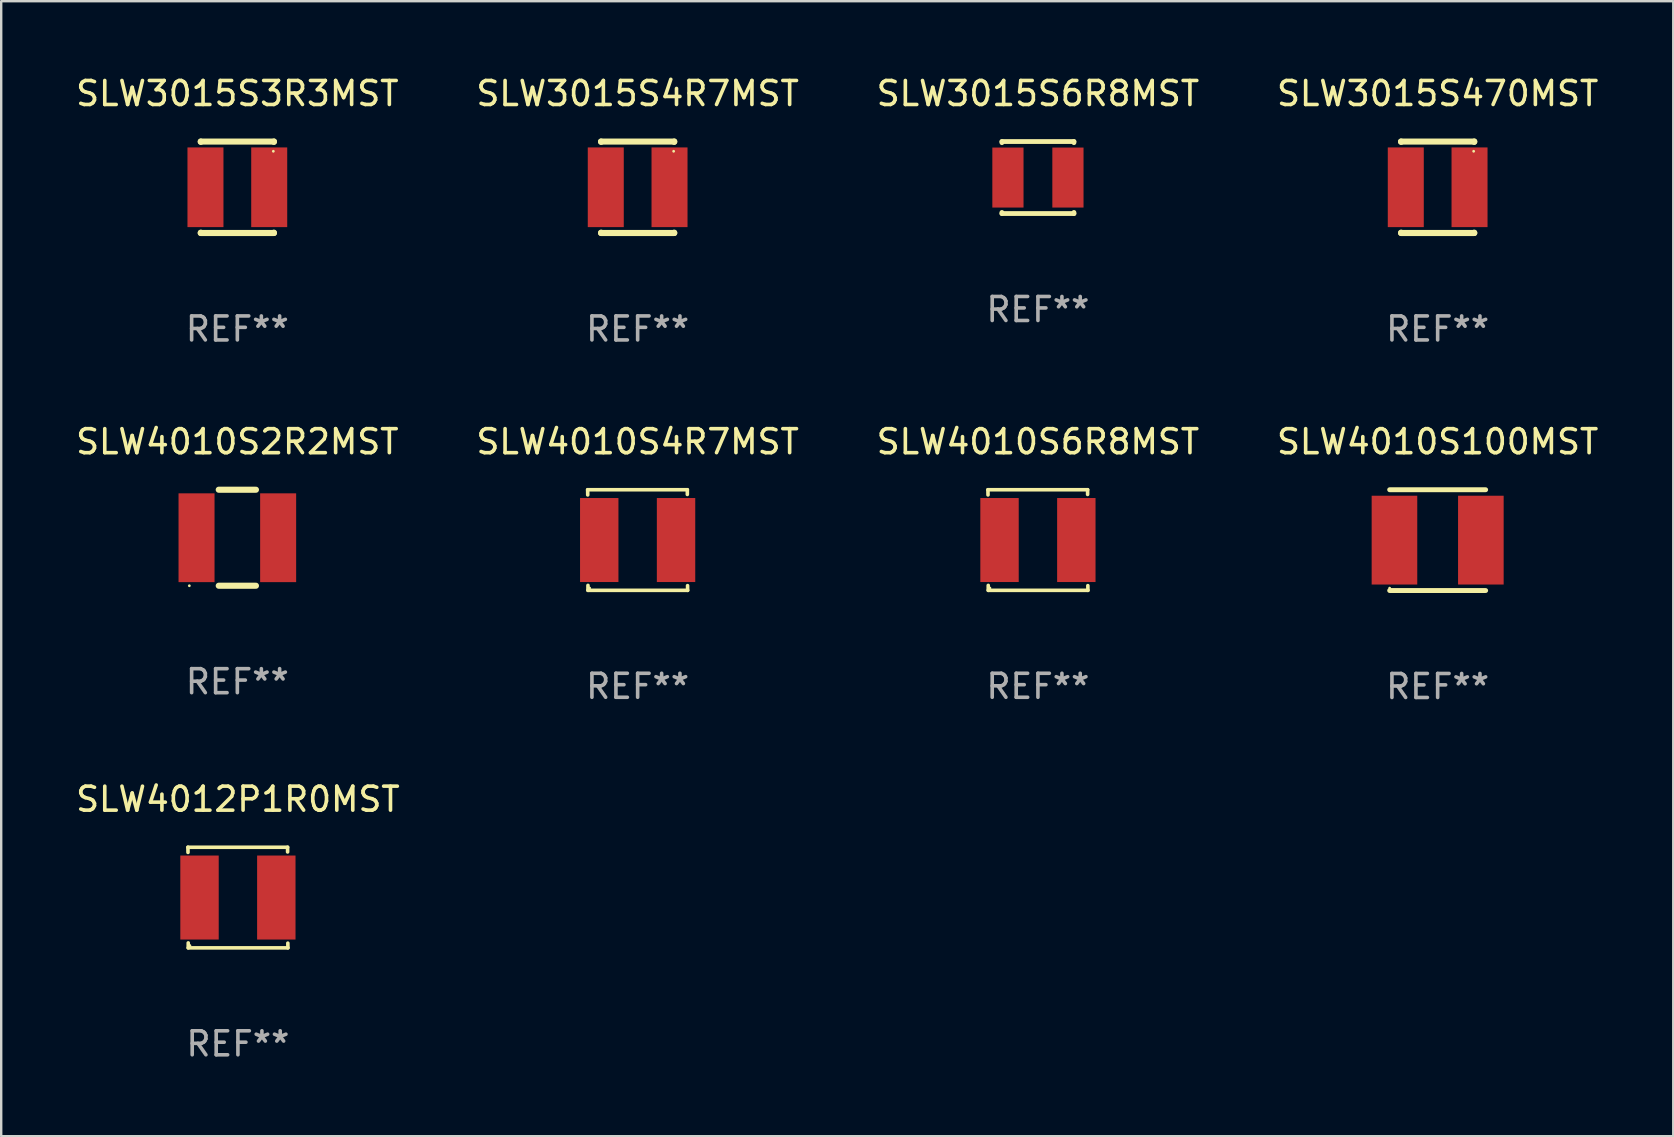
<source format=kicad_pcb>
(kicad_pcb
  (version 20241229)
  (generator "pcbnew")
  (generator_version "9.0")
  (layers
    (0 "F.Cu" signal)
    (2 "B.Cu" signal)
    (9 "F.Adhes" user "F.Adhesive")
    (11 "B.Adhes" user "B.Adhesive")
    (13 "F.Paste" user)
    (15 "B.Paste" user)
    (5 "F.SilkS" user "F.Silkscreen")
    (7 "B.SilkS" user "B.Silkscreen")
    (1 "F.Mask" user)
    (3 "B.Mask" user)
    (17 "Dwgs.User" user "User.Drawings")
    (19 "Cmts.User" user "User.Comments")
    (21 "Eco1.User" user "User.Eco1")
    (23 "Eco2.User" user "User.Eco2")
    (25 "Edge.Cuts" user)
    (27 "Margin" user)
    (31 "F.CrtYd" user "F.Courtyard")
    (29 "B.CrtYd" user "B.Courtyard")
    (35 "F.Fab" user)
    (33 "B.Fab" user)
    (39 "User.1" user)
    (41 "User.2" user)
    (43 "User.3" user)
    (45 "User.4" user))
  (footprint "SLW4012P1R0MST"
    (layer "F.Cu")
    (at 6.863 34.347)
    (property "Reference" "SLW4012P1R0MST" (at 0 -4.096 0) (layer "F.SilkS") (effects (font (size 1 1) (thickness 0.15))))
    (attr through_hole)
    (fp_line (start -2.083 -2.096) (end -2.08 -1.88) (stroke (width 0.15) (type solid)) (layer "F.SilkS"))
    (fp_line (start -2.07 1.89) (end -2.07 2.096) (stroke (width 0.15) (type solid)) (layer "F.SilkS"))
    (fp_line (start -2.07 2.096) (end 2.083 2.096) (stroke (width 0.15) (type solid)) (layer "F.SilkS"))
    (fp_line (start 2.07 -1.9) (end 2.07 -2.096) (stroke (width 0.15) (type solid)) (layer "F.SilkS"))
    (fp_line (start 2.07 -2.096) (end -2.083 -2.096) (stroke (width 0.15) (type solid)) (layer "F.SilkS"))
    (fp_line (start 2.083 2.096) (end 2.08 1.9) (stroke (width 0.15) (type solid)) (layer "F.SilkS"))
    (fp_circle (center -2 2) (end -1.97 2) (stroke (width 0.06) (type solid)) (fill no) (layer "F.SilkS"))
    (fp_text user "REF**" (at 0 6.096 0) (layer "F.Fab") (effects (font (size 1 1) (thickness 0.15))))
    (pad "1" smd rect (at -1.6 -0.000343) (size 1.6 3.5) (layers "F.Cu" "F.Mask" "F.Paste"))
    (pad "2" smd rect (at 1.6 -0.000343) (size 1.6 3.5) (layers "F.Cu" "F.Mask" "F.Paste")))
  (footprint "SLW4010S6R8MST"
    (layer "F.Cu")
    (at 40.196 19.451)
    (property "Reference" "SLW4010S6R8MST" (at 0 -4.096 0) (layer "F.SilkS") (effects (font (size 1 1) (thickness 0.15))))
    (attr through_hole)
    (fp_line (start -2.083 -2.096) (end -2.08 -1.88) (stroke (width 0.15) (type solid)) (layer "F.SilkS"))
    (fp_line (start -2.07 1.89) (end -2.07 2.096) (stroke (width 0.15) (type solid)) (layer "F.SilkS"))
    (fp_line (start -2.07 2.096) (end 2.083 2.096) (stroke (width 0.15) (type solid)) (layer "F.SilkS"))
    (fp_line (start 2.07 -1.9) (end 2.07 -2.096) (stroke (width 0.15) (type solid)) (layer "F.SilkS"))
    (fp_line (start 2.07 -2.096) (end -2.083 -2.096) (stroke (width 0.15) (type solid)) (layer "F.SilkS"))
    (fp_line (start 2.083 2.096) (end 2.08 1.9) (stroke (width 0.15) (type solid)) (layer "F.SilkS"))
    (fp_circle (center -2 2) (end -1.97 2) (stroke (width 0.06) (type solid)) (fill no) (layer "F.SilkS"))
    (fp_text user "REF**" (at 0 6.096 0) (layer "F.Fab") (effects (font (size 1 1) (thickness 0.15))))
    (pad "1" smd rect (at -1.6 -0.000343) (size 1.6 3.5) (layers "F.Cu" "F.Mask" "F.Paste"))
    (pad "2" smd rect (at 1.6 -0.000343) (size 1.6 3.5) (layers "F.Cu" "F.Mask" "F.Paste")))
  (footprint "SLW3015S3R3MST"
    (layer "F.Cu")
    (at 6.839 4.753)
    (property "Reference" "SLW3015S3R3MST" (at 0 -3.905 0) (layer "F.SilkS") (effects (font (size 1 1) (thickness 0.15))))
    (attr through_hole)
    (fp_line (start -1.524 -1.905) (end 1.524 -1.905) (stroke (width 0.254) (type solid)) (layer "F.SilkS"))
    (fp_line (start -1.524 -1.891) (end -1.524 -1.905) (stroke (width 0.254) (type solid)) (layer "F.SilkS"))
    (fp_line (start -1.524 1.905) (end -1.524 1.891) (stroke (width 0.254) (type solid)) (layer "F.SilkS"))
    (fp_line (start -1.524 1.905) (end 1.524 1.905) (stroke (width 0.254) (type solid)) (layer "F.SilkS"))
    (fp_line (start 1.524 -1.905) (end 1.524 -1.891) (stroke (width 0.254) (type solid)) (layer "F.SilkS"))
    (fp_line (start 1.524 1.891) (end 1.524 1.905) (stroke (width 0.254) (type solid)) (layer "F.SilkS"))
    (fp_circle (center 1.5 -1.5) (end 1.53 -1.5) (stroke (width 0.06) (type solid)) (fill no) (layer "F.SilkS"))
    (fp_text user "REF**" (at 0 5.905 0) (layer "F.Fab") (effects (font (size 1 1) (thickness 0.15))))
    (pad "1" smd rect (at 1.328 0) (size 1.5 3.32) (layers "F.Cu" "F.Mask" "F.Paste"))
    (pad "2" smd rect (at -1.328 0) (size 1.5 3.32) (layers "F.Cu" "F.Mask" "F.Paste")))
  (footprint "SLW4010S2R2MST"
    (layer "F.Cu")
    (at 6.839 19.355)
    (property "Reference" "SLW4010S2R2MST" (at 0 -4 0) (layer "F.SilkS") (effects (font (size 1 1) (thickness 0.15))))
    (attr through_hole)
    (fp_line (start -0.775 2) (end 0.775 2) (stroke (width 0.254) (type solid)) (layer "F.SilkS"))
    (fp_line (start -0.775 -2) (end 0.775 -2) (stroke (width 0.254) (type solid)) (layer "F.SilkS"))
    (fp_circle (center -2 2) (end -1.97 2) (stroke (width 0.06) (type solid)) (fill no) (layer "F.SilkS"))
    (fp_text user "REF**" (at 0 6 0) (layer "F.Fab") (effects (font (size 1 1) (thickness 0.15))))
    (pad "1" smd rect (at -1.7 0 270) (size 3.7 1.5) (layers "F.Cu" "F.Mask" "F.Paste"))
    (pad "2" smd rect (at 1.7 0 270) (size 3.7 1.5) (layers "F.Cu" "F.Mask" "F.Paste")))
  (footprint "SLW4010S100MST"
    (layer "F.Cu")
    (at 56.851 19.455)
    (property "Reference" "SLW4010S100MST" (at 0 -4.1 0) (layer "F.SilkS") (effects (font (size 1 1) (thickness 0.15))))
    (attr through_hole)
    (fp_line (start -2 -2.1) (end 2 -2.1) (stroke (width 0.203) (type solid)) (layer "F.SilkS"))
    (fp_line (start -2 2.1) (end 2 2.1) (stroke (width 0.203) (type solid)) (layer "F.SilkS"))
    (fp_circle (center -2 2) (end -1.97 2) (stroke (width 0.06) (type solid)) (fill no) (layer "F.SilkS"))
    (fp_text user "REF**" (at 0 6.1 0) (layer "F.Fab") (effects (font (size 1 1) (thickness 0.15))))
    (pad "1" smd rect (at -1.8 0 90) (size 3.7 1.9) (layers "F.Cu" "F.Mask" "F.Paste"))
    (pad "2" smd rect (at 1.8 0 90) (size 3.7 1.9) (layers "F.Cu" "F.Mask" "F.Paste")))
  (footprint "SLW3015S470MST"
    (layer "F.Cu")
    (at 56.851 4.753)
    (property "Reference" "SLW3015S470MST" (at 0 -3.905 0) (layer "F.SilkS") (effects (font (size 1 1) (thickness 0.15))))
    (attr through_hole)
    (fp_line (start -1.524 -1.905) (end 1.524 -1.905) (stroke (width 0.254) (type solid)) (layer "F.SilkS"))
    (fp_line (start -1.524 -1.891) (end -1.524 -1.905) (stroke (width 0.254) (type solid)) (layer "F.SilkS"))
    (fp_line (start -1.524 1.905) (end -1.524 1.891) (stroke (width 0.254) (type solid)) (layer "F.SilkS"))
    (fp_line (start -1.524 1.905) (end 1.524 1.905) (stroke (width 0.254) (type solid)) (layer "F.SilkS"))
    (fp_line (start 1.524 -1.905) (end 1.524 -1.891) (stroke (width 0.254) (type solid)) (layer "F.SilkS"))
    (fp_line (start 1.524 1.891) (end 1.524 1.905) (stroke (width 0.254) (type solid)) (layer "F.SilkS"))
    (fp_circle (center 1.5 -1.5) (end 1.53 -1.5) (stroke (width 0.06) (type solid)) (fill no) (layer "F.SilkS"))
    (fp_text user "REF**" (at 0 5.905 0) (layer "F.Fab") (effects (font (size 1 1) (thickness 0.15))))
    (pad "1" smd rect (at 1.328 0) (size 1.5 3.32) (layers "F.Cu" "F.Mask" "F.Paste"))
    (pad "2" smd rect (at -1.328 0) (size 1.5 3.32) (layers "F.Cu" "F.Mask" "F.Paste")))
  (footprint "SLW3015S4R7MST"
    (layer "F.Cu")
    (at 23.518 4.753)
    (property "Reference" "SLW3015S4R7MST" (at 0 -3.905 0) (layer "F.SilkS") (effects (font (size 1 1) (thickness 0.15))))
    (attr through_hole)
    (fp_line (start -1.524 -1.905) (end 1.524 -1.905) (stroke (width 0.254) (type solid)) (layer "F.SilkS"))
    (fp_line (start -1.524 -1.891) (end -1.524 -1.905) (stroke (width 0.254) (type solid)) (layer "F.SilkS"))
    (fp_line (start -1.524 1.905) (end -1.524 1.891) (stroke (width 0.254) (type solid)) (layer "F.SilkS"))
    (fp_line (start -1.524 1.905) (end 1.524 1.905) (stroke (width 0.254) (type solid)) (layer "F.SilkS"))
    (fp_line (start 1.524 -1.905) (end 1.524 -1.891) (stroke (width 0.254) (type solid)) (layer "F.SilkS"))
    (fp_line (start 1.524 1.891) (end 1.524 1.905) (stroke (width 0.254) (type solid)) (layer "F.SilkS"))
    (fp_circle (center 1.5 -1.5) (end 1.53 -1.5) (stroke (width 0.06) (type solid)) (fill no) (layer "F.SilkS"))
    (fp_text user "REF**" (at 0 5.905 0) (layer "F.Fab") (effects (font (size 1 1) (thickness 0.15))))
    (pad "1" smd rect (at 1.328 0) (size 1.5 3.32) (layers "F.Cu" "F.Mask" "F.Paste"))
    (pad "2" smd rect (at -1.328 0) (size 1.5 3.32) (layers "F.Cu" "F.Mask" "F.Paste")))
  (footprint "SLW3015S6R8MST"
    (layer "F.Cu")
    (at 40.196 4.348)
    (property "Reference" "SLW3015S6R8MST" (at 0 -3.5 0) (layer "F.SilkS") (effects (font (size 1 1) (thickness 0.15))))
    (attr through_hole)
    (fp_line (start -1.5 -1.5) (end -1.5 -1.454) (stroke (width 0.2) (type solid)) (layer "F.SilkS"))
    (fp_line (start -1.5 -1.5) (end 1.5 -1.5) (stroke (width 0.2) (type solid)) (layer "F.SilkS"))
    (fp_line (start -1.5 1.454) (end -1.5 1.5) (stroke (width 0.2) (type solid)) (layer "F.SilkS"))
    (fp_line (start -1.5 1.5) (end 1.5 1.5) (stroke (width 0.2) (type solid)) (layer "F.SilkS"))
    (fp_line (start 1.5 -1.454) (end 1.5 -1.5) (stroke (width 0.2) (type solid)) (layer "F.SilkS"))
    (fp_line (start 1.5 1.5) (end 1.5 1.454) (stroke (width 0.2) (type solid)) (layer "F.SilkS"))
    (fp_circle (center -1.5 1.5) (end -1.47 1.5) (stroke (width 0.06) (type solid)) (fill no) (layer "F.SilkS"))
    (fp_text user "REF**" (at 0 5.5 0) (layer "F.Fab") (effects (font (size 1 1) (thickness 0.15))))
    (pad "1" smd rect (at -1.25 0) (size 1.3 2.5) (layers "F.Cu" "F.Mask" "F.Paste"))
    (pad "2" smd rect (at 1.25 0) (size 1.3 2.5) (layers "F.Cu" "F.Mask" "F.Paste")))
  (footprint "SLW4010S4R7MST"
    (layer "F.Cu")
    (at 23.518 19.451)
    (property "Reference" "SLW4010S4R7MST" (at 0 -4.096 0) (layer "F.SilkS") (effects (font (size 1 1) (thickness 0.15))))
    (attr through_hole)
    (fp_line (start -2.083 -2.096) (end -2.08 -1.88) (stroke (width 0.15) (type solid)) (layer "F.SilkS"))
    (fp_line (start -2.07 1.89) (end -2.07 2.096) (stroke (width 0.15) (type solid)) (layer "F.SilkS"))
    (fp_line (start -2.07 2.096) (end 2.083 2.096) (stroke (width 0.15) (type solid)) (layer "F.SilkS"))
    (fp_line (start 2.07 -1.9) (end 2.07 -2.096) (stroke (width 0.15) (type solid)) (layer "F.SilkS"))
    (fp_line (start 2.07 -2.096) (end -2.083 -2.096) (stroke (width 0.15) (type solid)) (layer "F.SilkS"))
    (fp_line (start 2.083 2.096) (end 2.08 1.9) (stroke (width 0.15) (type solid)) (layer "F.SilkS"))
    (fp_circle (center -2 2) (end -1.97 2) (stroke (width 0.06) (type solid)) (fill no) (layer "F.SilkS"))
    (fp_text user "REF**" (at 0 6.096 0) (layer "F.Fab") (effects (font (size 1 1) (thickness 0.15))))
    (pad "1" smd rect (at -1.6 -0.000343) (size 1.6 3.5) (layers "F.Cu" "F.Mask" "F.Paste"))
    (pad "2" smd rect (at 1.6 -0.000343) (size 1.6 3.5) (layers "F.Cu" "F.Mask" "F.Paste")))
  (gr_rect
    (start -3 -3)
    (end 66.667 44.291)
    (stroke (width 0.1) (type default))
    (fill no)
    (layer "Edge.Cuts")))
</source>
